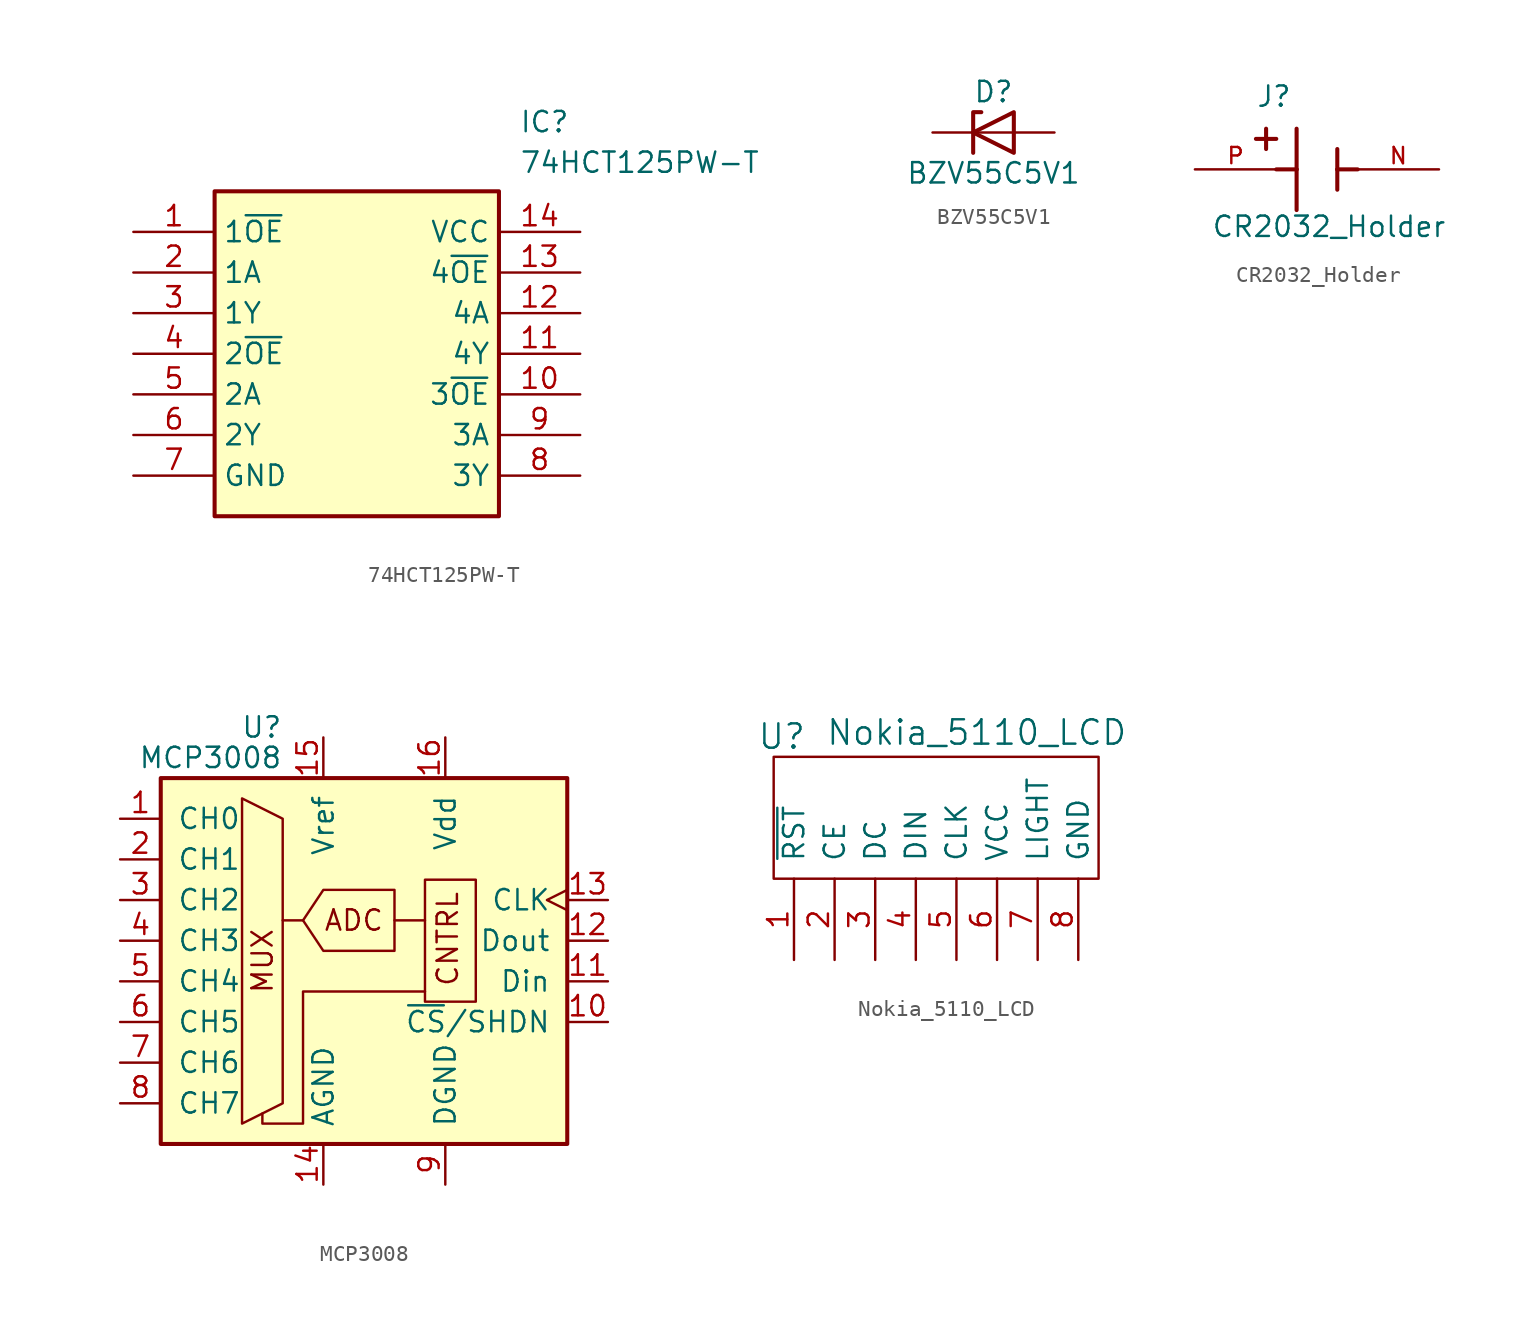
<source format=kicad_sym>
(kicad_symbol_lib
  (version 20241209)
  (generator "kicad_symbol_editor")
  (generator_version "9.0")
  (symbol "74HCT125PW-T"
    (property "Reference" "IC"
      (at 24.13 7.62 0)
      (effects (font (size 1.27 1.27)) (justify left top)))
    (property "Value" "74HCT125PW-T"
      (at 24.13 5.08 0)
      (effects (font (size 1.27 1.27)) (justify left top)))
    (symbol "74HCT125PW-T_1_1"
      (rectangle (start 5.08 2.54) (end 22.86 -17.78) (stroke (width 0.254) (type default)) (fill (type background)))
      (pin passive line (at 0 0 0) (length 5.08) (name "1~{OE}" (effects (font (size 1.27 1.27)))) (number "1" (effects (font (size 1.27 1.27)))))
      (pin passive line (at 0 -2.54 0) (length 5.08) (name "1A" (effects (font (size 1.27 1.27)))) (number "2" (effects (font (size 1.27 1.27)))))
      (pin passive line (at 0 -5.08 0) (length 5.08) (name "1Y" (effects (font (size 1.27 1.27)))) (number "3" (effects (font (size 1.27 1.27)))))
      (pin passive line (at 0 -7.62 0) (length 5.08) (name "2~{OE}" (effects (font (size 1.27 1.27)))) (number "4" (effects (font (size 1.27 1.27)))))
      (pin passive line (at 0 -10.16 0) (length 5.08) (name "2A" (effects (font (size 1.27 1.27)))) (number "5" (effects (font (size 1.27 1.27)))))
      (pin passive line (at 0 -12.7 0) (length 5.08) (name "2Y" (effects (font (size 1.27 1.27)))) (number "6" (effects (font (size 1.27 1.27)))))
      (pin passive line (at 0 -15.24 0) (length 5.08) (name "GND" (effects (font (size 1.27 1.27)))) (number "7" (effects (font (size 1.27 1.27)))))
      (pin passive line (at 27.94 0 180) (length 5.08) (name "VCC" (effects (font (size 1.27 1.27)))) (number "14" (effects (font (size 1.27 1.27)))))
      (pin passive line (at 27.94 -2.54 180) (length 5.08) (name "4~{OE}" (effects (font (size 1.27 1.27)))) (number "13" (effects (font (size 1.27 1.27)))))
      (pin passive line (at 27.94 -5.08 180) (length 5.08) (name "4A" (effects (font (size 1.27 1.27)))) (number "12" (effects (font (size 1.27 1.27)))))
      (pin passive line (at 27.94 -7.62 180) (length 5.08) (name "4Y" (effects (font (size 1.27 1.27)))) (number "11" (effects (font (size 1.27 1.27)))))
      (pin passive line (at 27.94 -10.16 180) (length 5.08) (name "3~{OE}" (effects (font (size 1.27 1.27)))) (number "10" (effects (font (size 1.27 1.27)))))
      (pin passive line (at 27.94 -12.7 180) (length 5.08) (name "3A" (effects (font (size 1.27 1.27)))) (number "9" (effects (font (size 1.27 1.27)))))
      (pin passive line (at 27.94 -15.24 180) (length 5.08) (name "3Y" (effects (font (size 1.27 1.27)))) (number "8" (effects (font (size 1.27 1.27)))))))
  (symbol "BZV55C5V1"
    (pin_numbers
      (hide yes))
    (pin_names
      (hide yes))
    (property "Reference" "D"
      (at 0 2.54 0)
      (effects (font (size 1.27 1.27))))
    (property "Value" "BZV55C5V1"
      (at 0 -2.54 0)
      (effects (font (size 1.27 1.27))))
    (symbol "BZV55C5V1_0_1"
      (polyline (pts (xy -1.27 -1.27) (xy -1.27 1.27) (xy -0.762 1.27)) (stroke (width 0.254) (type default)) (fill (type none)))
      (polyline (pts (xy 1.27 0) (xy -1.27 0)) (stroke (width 0) (type default)) (fill (type none)))
      (polyline (pts (xy 1.27 -1.27) (xy 1.27 1.27) (xy -1.27 0) (xy 1.27 -1.27)) (stroke (width 0.254) (type default)) (fill (type none))))
    (symbol "BZV55C5V1_1_1"
      (pin passive line (at -3.81 0 0) (length 2.54) (name "K" (effects (font (size 1.27 1.27)))) (number "1" (effects (font (size 1.27 1.27)))))
      (pin passive line (at 3.81 0 180) (length 2.54) (name "A" (effects (font (size 1.27 1.27)))) (number "2" (effects (font (size 1.27 1.27)))))))
  (symbol "CR2032_Holder"
    (pin_names
      (offset 1.016))
    (property "Reference" "J"
      (at -3.81 3.81 0)
      (effects (font (size 1.27 1.27)) (justify left bottom)))
    (property "Value" "CR2032_Holder"
      (at -6.604 -4.318 0)
      (effects (font (size 1.27 1.27)) (justify left bottom)))
    (symbol "CR2032_Holder_0_0"
      (polyline (pts (xy -3.81 1.905) (xy -2.54 1.905)) (stroke (width 0.254) (type default)) (fill (type none)))
      (polyline (pts (xy -3.175 2.54) (xy -3.175 1.27)) (stroke (width 0.254) (type default)) (fill (type none)))
      (polyline (pts (xy -1.27 2.54) (xy -1.27 0)) (stroke (width 0.254) (type default)) (fill (type none)))
      (polyline (pts (xy -1.27 0) (xy -2.54 0)) (stroke (width 0.254) (type default)) (fill (type none)))
      (polyline (pts (xy -1.27 0) (xy -1.27 -2.54)) (stroke (width 0.254) (type default)) (fill (type none)))
      (polyline (pts (xy 1.27 1.27) (xy 1.27 0)) (stroke (width 0.254) (type default)) (fill (type none)))
      (polyline (pts (xy 1.27 0) (xy 1.27 -1.27)) (stroke (width 0.254) (type default)) (fill (type none)))
      (polyline (pts (xy 1.27 0) (xy 2.54 0)) (stroke (width 0.254) (type default)) (fill (type none)))
      (pin passive line (at -7.62 0 0) (length 5.08) (name "~" (effects (font (size 1.016 1.016)))) (number "P" (effects (font (size 1.016 1.016)))))
      (pin passive line (at 7.62 0 180) (length 5.08) (name "~" (effects (font (size 1.016 1.016)))) (number "N" (effects (font (size 1.016 1.016)))))))
  (symbol "MCP3008"
    (pin_names
      (offset 1.016))
    (property "Reference" "U"
      (at -5.08 13.335 0)
      (effects (font (size 1.27 1.27)) (justify right)))
    (property "Value" "MCP3008"
      (at -5.08 11.43 0)
      (effects (font (size 1.27 1.27)) (justify right)))
    (symbol "MCP3008_0_0"
      (text "MUX" (at -6.35 -1.27 900) (effects (font (size 1.27 1.27))))
      (text "ADC" (at -0.635 1.27 0) (effects (font (size 1.27 1.27))))
      (text "CNTRL" (at 5.969 -2.921 900) (effects (font (size 1.27 1.27)) (justify left bottom))))
    (symbol "MCP3008_0_1"
      (polyline (pts (xy -7.62 8.89) (xy -7.62 -11.43) (xy -5.08 -10.16) (xy -5.08 7.62) (xy -7.62 8.89)) (stroke (width 0) (type default)) (fill (type none)))
      (polyline (pts (xy -3.81 1.27) (xy -5.08 1.27)) (stroke (width 0) (type default)) (fill (type none)))
      (polyline (pts (xy 1.905 3.175) (xy 1.905 -0.635) (xy -2.54 -0.635) (xy -3.81 1.27) (xy -2.54 3.175) (xy 1.905 3.175)) (stroke (width 0) (type default)) (fill (type none)))
      (polyline (pts (xy 1.905 1.27) (xy 3.81 1.27)) (stroke (width 0) (type default)) (fill (type none)))
      (polyline (pts (xy 3.81 -3.175) (xy -3.81 -3.175) (xy -3.81 -11.43) (xy -6.35 -11.43) (xy -6.35 -10.795)) (stroke (width 0) (type default)) (fill (type none)))
      (rectangle (start 3.81 -3.81) (end 6.985 3.81) (stroke (width 0) (type default)) (fill (type none)))
      (rectangle (start 12.7 -12.7) (end -12.7 10.16) (stroke (width 0.254) (type default)) (fill (type background))))
    (symbol "MCP3008_1_1"
      (pin input line (at -15.24 7.62 0) (length 2.54) (name "CH0" (effects (font (size 1.27 1.27)))) (number "1" (effects (font (size 1.27 1.27)))))
      (pin input line (at -15.24 5.08 0) (length 2.54) (name "CH1" (effects (font (size 1.27 1.27)))) (number "2" (effects (font (size 1.27 1.27)))))
      (pin input line (at -15.24 2.54 0) (length 2.54) (name "CH2" (effects (font (size 1.27 1.27)))) (number "3" (effects (font (size 1.27 1.27)))))
      (pin input line (at -15.24 0 0) (length 2.54) (name "CH3" (effects (font (size 1.27 1.27)))) (number "4" (effects (font (size 1.27 1.27)))))
      (pin input line (at -15.24 -2.54 0) (length 2.54) (name "CH4" (effects (font (size 1.27 1.27)))) (number "5" (effects (font (size 1.27 1.27)))))
      (pin input line (at -15.24 -5.08 0) (length 2.54) (name "CH5" (effects (font (size 1.27 1.27)))) (number "6" (effects (font (size 1.27 1.27)))))
      (pin input line (at -15.24 -7.62 0) (length 2.54) (name "CH6" (effects (font (size 1.27 1.27)))) (number "7" (effects (font (size 1.27 1.27)))))
      (pin input line (at -15.24 -10.16 0) (length 2.54) (name "CH7" (effects (font (size 1.27 1.27)))) (number "8" (effects (font (size 1.27 1.27)))))
      (pin power_in line (at -2.54 12.7 270) (length 2.54) (name "Vref" (effects (font (size 1.27 1.27)))) (number "15" (effects (font (size 1.27 1.27)))))
      (pin power_in line (at -2.54 -15.24 90) (length 2.54) (name "AGND" (effects (font (size 1.27 1.27)))) (number "14" (effects (font (size 1.27 1.27)))))
      (pin power_in line (at 5.08 12.7 270) (length 2.54) (name "Vdd" (effects (font (size 1.27 1.27)))) (number "16" (effects (font (size 1.27 1.27)))))
      (pin power_in line (at 5.08 -15.24 90) (length 2.54) (name "DGND" (effects (font (size 1.27 1.27)))) (number "9" (effects (font (size 1.27 1.27)))))
      (pin input clock (at 15.24 2.54 180) (length 2.54) (name "CLK" (effects (font (size 1.27 1.27)))) (number "13" (effects (font (size 1.27 1.27)))))
      (pin output line (at 15.24 0 180) (length 2.54) (name "Dout" (effects (font (size 1.27 1.27)))) (number "12" (effects (font (size 1.27 1.27)))))
      (pin input line (at 15.24 -2.54 180) (length 2.54) (name "Din" (effects (font (size 1.27 1.27)))) (number "11" (effects (font (size 1.27 1.27)))))
      (pin input line (at 15.24 -5.08 180) (length 2.54) (name "~{CS}/SHDN" (effects (font (size 1.27 1.27)))) (number "10" (effects (font (size 1.27 1.27)))))))
  (symbol "Nokia_5110_LCD"
    (pin_names
      (offset 1.016))
    (property "Reference" "U"
      (at -14.732 -2.54 0)
      (effects (font (size 1.524 1.524))))
    (property "Value" "Nokia_5110_LCD"
      (at -2.54 -2.286 0)
      (effects (font (size 1.524 1.524))))
    (property "Footprint" ""
      (at 0 0 0)
      (effects (font (size 1.524 1.524))))
    (property "Datasheet" ""
      (at 0 0 0)
      (effects (font (size 1.524 1.524))))
    (symbol "Nokia_5110_LCD_0_1"
      (rectangle (start -15.24 -3.81) (end 5.08 -11.43) (stroke (width 0) (type solid)) (fill (type none))))
    (symbol "Nokia_5110_LCD_1_1"
      (pin passive line (at -13.97 -16.51 90) (length 5.08) (name "~{RST}" (effects (font (size 1.27 1.27)))) (number "1" (effects (font (size 1.27 1.27)))))
      (pin passive line (at -11.43 -16.51 90) (length 5.08) (name "CE" (effects (font (size 1.27 1.27)))) (number "2" (effects (font (size 1.27 1.27)))))
      (pin power_in line (at -8.89 -16.51 90) (length 5.08) (name "DC" (effects (font (size 1.27 1.27)))) (number "3" (effects (font (size 1.27 1.27)))))
      (pin passive line (at -6.35 -16.51 90) (length 5.08) (name "DIN" (effects (font (size 1.27 1.27)))) (number "4" (effects (font (size 1.27 1.27)))))
      (pin passive line (at -3.81 -16.51 90) (length 5.08) (name "CLK" (effects (font (size 1.27 1.27)))) (number "5" (effects (font (size 1.27 1.27)))))
      (pin passive line (at -1.27 -16.51 90) (length 5.08) (name "VCC" (effects (font (size 1.27 1.27)))) (number "6" (effects (font (size 1.27 1.27)))))
      (pin passive line (at 1.27 -16.51 90) (length 5.08) (name "LIGHT" (effects (font (size 1.27 1.27)))) (number "7" (effects (font (size 1.27 1.27)))))
      (pin power_in line (at 3.81 -16.51 90) (length 5.08) (name "GND" (effects (font (size 1.27 1.27)))) (number "8" (effects (font (size 1.27 1.27))))))))
</source>
